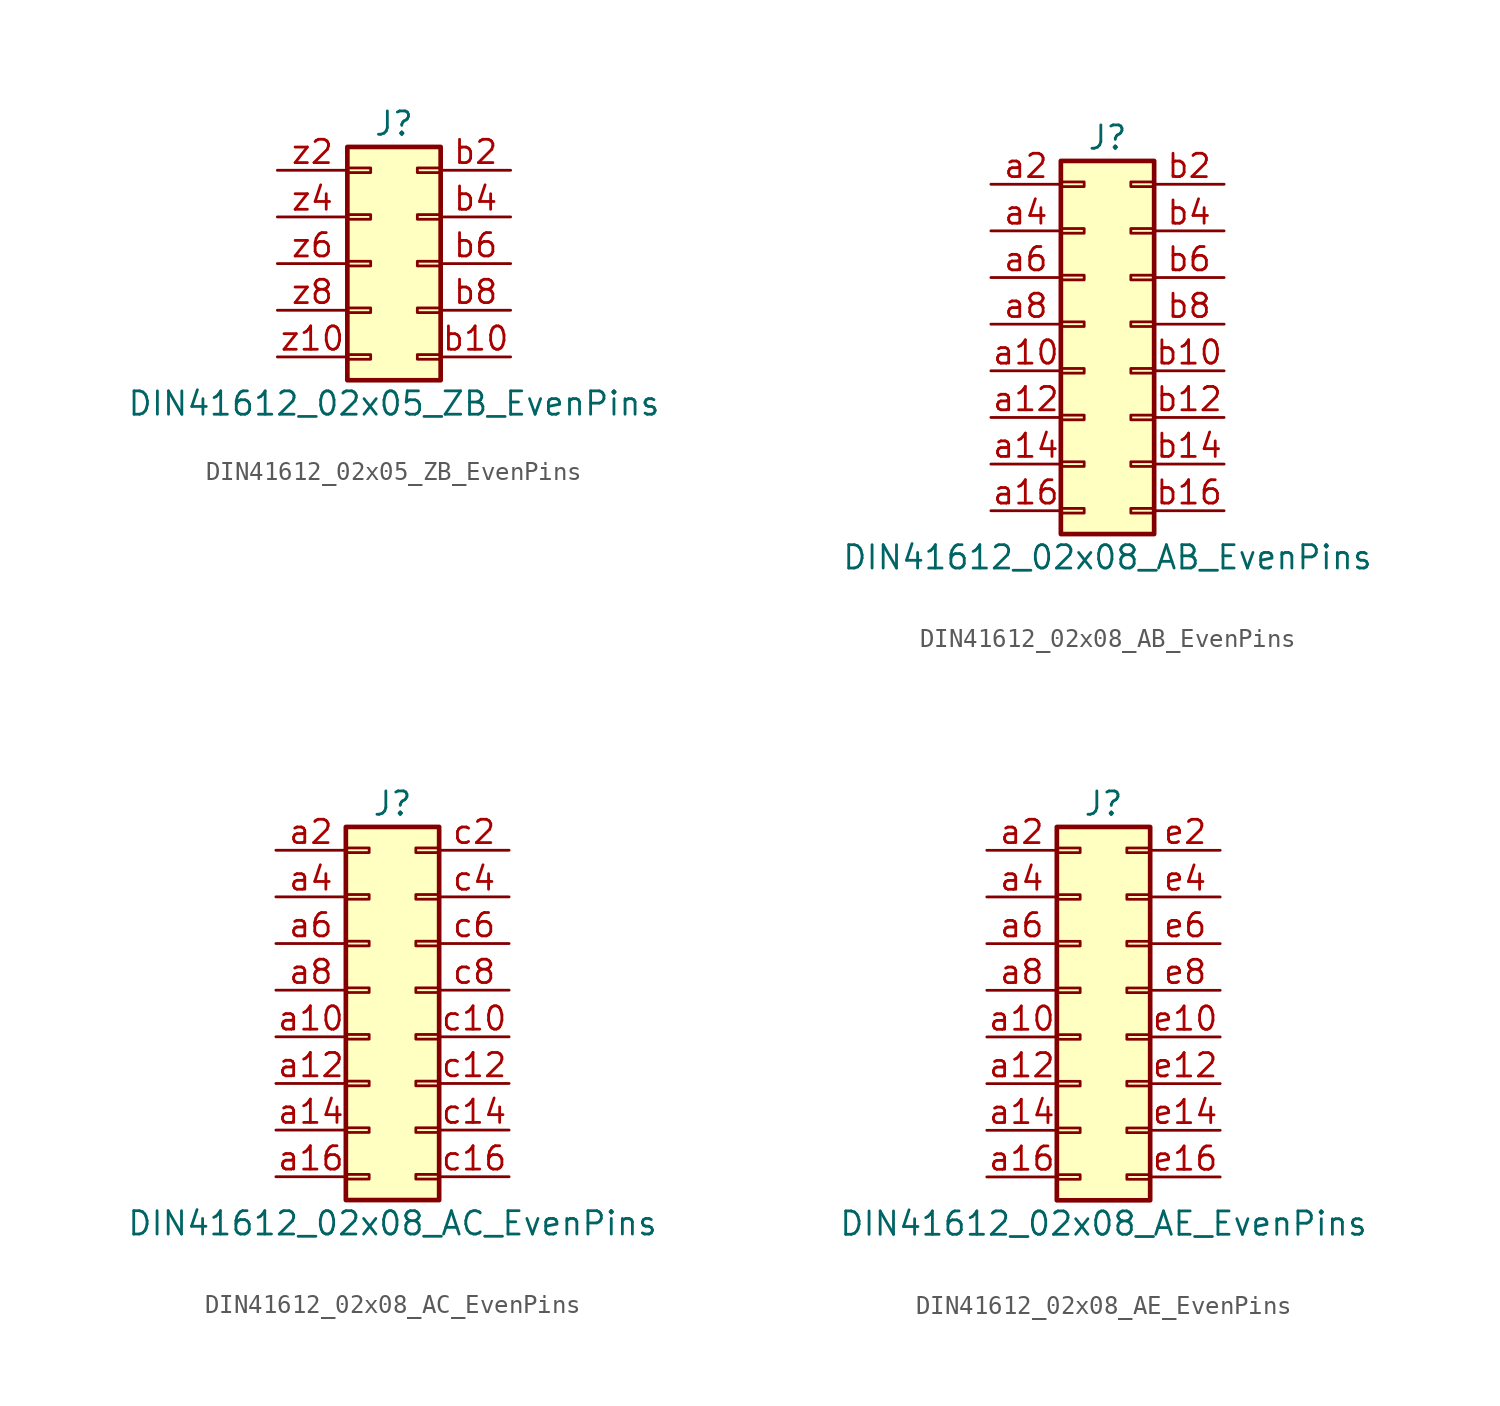
<source format=kicad_sym>
(kicad_symbol_lib
  (version 20220914)
  (generator kicad_symbol_editor)
  (symbol "DIN41612_02x05_ZB_EvenPins"
    (pin_names
      (offset 1.016) hide)
    (property "Reference" "J"
      (at 1.27 7.62 0)
      (effects (font (size 1.27 1.27))))
    (property "Value" "DIN41612_02x05_ZB_EvenPins"
      (at 1.27 -7.62 0)
      (effects (font (size 1.27 1.27))))
    (symbol "DIN41612_02x05_ZB_EvenPins_1_1"
      (rectangle (start -1.27 -4.953) (end 0 -5.207) (stroke (width 0.152) (type solid)) (fill (type none)))
      (rectangle (start -1.27 -2.413) (end 0 -2.667) (stroke (width 0.152) (type solid)) (fill (type none)))
      (rectangle (start -1.27 0.127) (end 0 -0.127) (stroke (width 0.152) (type solid)) (fill (type none)))
      (rectangle (start -1.27 2.667) (end 0 2.413) (stroke (width 0.152) (type solid)) (fill (type none)))
      (rectangle (start -1.27 5.207) (end 0 4.953) (stroke (width 0.152) (type solid)) (fill (type none)))
      (rectangle (start -1.27 6.35) (end 3.81 -6.35) (stroke (width 0.254) (type solid)) (fill (type background)))
      (rectangle (start 3.81 -4.953) (end 2.54 -5.207) (stroke (width 0.152) (type solid)) (fill (type none)))
      (rectangle (start 3.81 -2.413) (end 2.54 -2.667) (stroke (width 0.152) (type solid)) (fill (type none)))
      (rectangle (start 3.81 0.127) (end 2.54 -0.127) (stroke (width 0.152) (type solid)) (fill (type none)))
      (rectangle (start 3.81 2.667) (end 2.54 2.413) (stroke (width 0.152) (type solid)) (fill (type none)))
      (rectangle (start 3.81 5.207) (end 2.54 4.953) (stroke (width 0.152) (type solid)) (fill (type none)))
      (pin passive line (at 7.62 -5.08 180) (length 3.81) (name "Pin_b10" (effects (font (size 1.27 1.27)))) (number "b10" (effects (font (size 1.27 1.27)))))
      (pin passive line (at 7.62 5.08 180) (length 3.81) (name "Pin_b2" (effects (font (size 1.27 1.27)))) (number "b2" (effects (font (size 1.27 1.27)))))
      (pin passive line (at 7.62 2.54 180) (length 3.81) (name "Pin_b4" (effects (font (size 1.27 1.27)))) (number "b4" (effects (font (size 1.27 1.27)))))
      (pin passive line (at 7.62 0 180) (length 3.81) (name "Pin_b6" (effects (font (size 1.27 1.27)))) (number "b6" (effects (font (size 1.27 1.27)))))
      (pin passive line (at 7.62 -2.54 180) (length 3.81) (name "Pin_b8" (effects (font (size 1.27 1.27)))) (number "b8" (effects (font (size 1.27 1.27)))))
      (pin passive line (at -5.08 -5.08 0) (length 3.81) (name "Pin_z10" (effects (font (size 1.27 1.27)))) (number "z10" (effects (font (size 1.27 1.27)))))
      (pin passive line (at -5.08 5.08 0) (length 3.81) (name "Pin_z2" (effects (font (size 1.27 1.27)))) (number "z2" (effects (font (size 1.27 1.27)))))
      (pin passive line (at -5.08 2.54 0) (length 3.81) (name "Pin_z4" (effects (font (size 1.27 1.27)))) (number "z4" (effects (font (size 1.27 1.27)))))
      (pin passive line (at -5.08 0 0) (length 3.81) (name "Pin_z6" (effects (font (size 1.27 1.27)))) (number "z6" (effects (font (size 1.27 1.27)))))
      (pin passive line (at -5.08 -2.54 0) (length 3.81) (name "Pin_z8" (effects (font (size 1.27 1.27)))) (number "z8" (effects (font (size 1.27 1.27)))))))
  (symbol "DIN41612_02x08_AB_EvenPins"
    (pin_names
      (offset 1.016) hide)
    (property "Reference" "J"
      (at 1.27 10.16 0)
      (effects (font (size 1.27 1.27))))
    (property "Value" "DIN41612_02x08_AB_EvenPins"
      (at 1.27 -12.7 0)
      (effects (font (size 1.27 1.27))))
    (symbol "DIN41612_02x08_AB_EvenPins_1_1"
      (rectangle (start -1.27 -10.033) (end 0 -10.287) (stroke (width 0.152) (type solid)) (fill (type none)))
      (rectangle (start -1.27 -7.493) (end 0 -7.747) (stroke (width 0.152) (type solid)) (fill (type none)))
      (rectangle (start -1.27 -4.953) (end 0 -5.207) (stroke (width 0.152) (type solid)) (fill (type none)))
      (rectangle (start -1.27 -2.413) (end 0 -2.667) (stroke (width 0.152) (type solid)) (fill (type none)))
      (rectangle (start -1.27 0.127) (end 0 -0.127) (stroke (width 0.152) (type solid)) (fill (type none)))
      (rectangle (start -1.27 2.667) (end 0 2.413) (stroke (width 0.152) (type solid)) (fill (type none)))
      (rectangle (start -1.27 5.207) (end 0 4.953) (stroke (width 0.152) (type solid)) (fill (type none)))
      (rectangle (start -1.27 7.747) (end 0 7.493) (stroke (width 0.152) (type solid)) (fill (type none)))
      (rectangle (start -1.27 8.89) (end 3.81 -11.43) (stroke (width 0.254) (type solid)) (fill (type background)))
      (rectangle (start 3.81 -10.033) (end 2.54 -10.287) (stroke (width 0.152) (type solid)) (fill (type none)))
      (rectangle (start 3.81 -7.493) (end 2.54 -7.747) (stroke (width 0.152) (type solid)) (fill (type none)))
      (rectangle (start 3.81 -4.953) (end 2.54 -5.207) (stroke (width 0.152) (type solid)) (fill (type none)))
      (rectangle (start 3.81 -2.413) (end 2.54 -2.667) (stroke (width 0.152) (type solid)) (fill (type none)))
      (rectangle (start 3.81 0.127) (end 2.54 -0.127) (stroke (width 0.152) (type solid)) (fill (type none)))
      (rectangle (start 3.81 2.667) (end 2.54 2.413) (stroke (width 0.152) (type solid)) (fill (type none)))
      (rectangle (start 3.81 5.207) (end 2.54 4.953) (stroke (width 0.152) (type solid)) (fill (type none)))
      (rectangle (start 3.81 7.747) (end 2.54 7.493) (stroke (width 0.152) (type solid)) (fill (type none)))
      (pin passive line (at -5.08 -2.54 0) (length 3.81) (name "Pin_a10" (effects (font (size 1.27 1.27)))) (number "a10" (effects (font (size 1.27 1.27)))))
      (pin passive line (at -5.08 -5.08 0) (length 3.81) (name "Pin_a12" (effects (font (size 1.27 1.27)))) (number "a12" (effects (font (size 1.27 1.27)))))
      (pin passive line (at -5.08 -7.62 0) (length 3.81) (name "Pin_a14" (effects (font (size 1.27 1.27)))) (number "a14" (effects (font (size 1.27 1.27)))))
      (pin passive line (at -5.08 -10.16 0) (length 3.81) (name "Pin_a16" (effects (font (size 1.27 1.27)))) (number "a16" (effects (font (size 1.27 1.27)))))
      (pin passive line (at -5.08 7.62 0) (length 3.81) (name "Pin_a2" (effects (font (size 1.27 1.27)))) (number "a2" (effects (font (size 1.27 1.27)))))
      (pin passive line (at -5.08 5.08 0) (length 3.81) (name "Pin_a4" (effects (font (size 1.27 1.27)))) (number "a4" (effects (font (size 1.27 1.27)))))
      (pin passive line (at -5.08 2.54 0) (length 3.81) (name "Pin_a6" (effects (font (size 1.27 1.27)))) (number "a6" (effects (font (size 1.27 1.27)))))
      (pin passive line (at -5.08 0 0) (length 3.81) (name "Pin_a8" (effects (font (size 1.27 1.27)))) (number "a8" (effects (font (size 1.27 1.27)))))
      (pin passive line (at 7.62 -2.54 180) (length 3.81) (name "Pin_b10" (effects (font (size 1.27 1.27)))) (number "b10" (effects (font (size 1.27 1.27)))))
      (pin passive line (at 7.62 -5.08 180) (length 3.81) (name "Pin_b12" (effects (font (size 1.27 1.27)))) (number "b12" (effects (font (size 1.27 1.27)))))
      (pin passive line (at 7.62 -7.62 180) (length 3.81) (name "Pin_b14" (effects (font (size 1.27 1.27)))) (number "b14" (effects (font (size 1.27 1.27)))))
      (pin passive line (at 7.62 -10.16 180) (length 3.81) (name "Pin_b16" (effects (font (size 1.27 1.27)))) (number "b16" (effects (font (size 1.27 1.27)))))
      (pin passive line (at 7.62 7.62 180) (length 3.81) (name "Pin_b2" (effects (font (size 1.27 1.27)))) (number "b2" (effects (font (size 1.27 1.27)))))
      (pin passive line (at 7.62 5.08 180) (length 3.81) (name "Pin_b4" (effects (font (size 1.27 1.27)))) (number "b4" (effects (font (size 1.27 1.27)))))
      (pin passive line (at 7.62 2.54 180) (length 3.81) (name "Pin_b6" (effects (font (size 1.27 1.27)))) (number "b6" (effects (font (size 1.27 1.27)))))
      (pin passive line (at 7.62 0 180) (length 3.81) (name "Pin_b8" (effects (font (size 1.27 1.27)))) (number "b8" (effects (font (size 1.27 1.27)))))))
  (symbol "DIN41612_02x08_AC_EvenPins"
    (pin_names
      (offset 1.016) hide)
    (property "Reference" "J"
      (at 1.27 10.16 0)
      (effects (font (size 1.27 1.27))))
    (property "Value" "DIN41612_02x08_AC_EvenPins"
      (at 1.27 -12.7 0)
      (effects (font (size 1.27 1.27))))
    (symbol "DIN41612_02x08_AC_EvenPins_1_1"
      (rectangle (start -1.27 -10.033) (end 0 -10.287) (stroke (width 0.152) (type solid)) (fill (type none)))
      (rectangle (start -1.27 -7.493) (end 0 -7.747) (stroke (width 0.152) (type solid)) (fill (type none)))
      (rectangle (start -1.27 -4.953) (end 0 -5.207) (stroke (width 0.152) (type solid)) (fill (type none)))
      (rectangle (start -1.27 -2.413) (end 0 -2.667) (stroke (width 0.152) (type solid)) (fill (type none)))
      (rectangle (start -1.27 0.127) (end 0 -0.127) (stroke (width 0.152) (type solid)) (fill (type none)))
      (rectangle (start -1.27 2.667) (end 0 2.413) (stroke (width 0.152) (type solid)) (fill (type none)))
      (rectangle (start -1.27 5.207) (end 0 4.953) (stroke (width 0.152) (type solid)) (fill (type none)))
      (rectangle (start -1.27 7.747) (end 0 7.493) (stroke (width 0.152) (type solid)) (fill (type none)))
      (rectangle (start -1.27 8.89) (end 3.81 -11.43) (stroke (width 0.254) (type solid)) (fill (type background)))
      (rectangle (start 3.81 -10.033) (end 2.54 -10.287) (stroke (width 0.152) (type solid)) (fill (type none)))
      (rectangle (start 3.81 -7.493) (end 2.54 -7.747) (stroke (width 0.152) (type solid)) (fill (type none)))
      (rectangle (start 3.81 -4.953) (end 2.54 -5.207) (stroke (width 0.152) (type solid)) (fill (type none)))
      (rectangle (start 3.81 -2.413) (end 2.54 -2.667) (stroke (width 0.152) (type solid)) (fill (type none)))
      (rectangle (start 3.81 0.127) (end 2.54 -0.127) (stroke (width 0.152) (type solid)) (fill (type none)))
      (rectangle (start 3.81 2.667) (end 2.54 2.413) (stroke (width 0.152) (type solid)) (fill (type none)))
      (rectangle (start 3.81 5.207) (end 2.54 4.953) (stroke (width 0.152) (type solid)) (fill (type none)))
      (rectangle (start 3.81 7.747) (end 2.54 7.493) (stroke (width 0.152) (type solid)) (fill (type none)))
      (pin passive line (at -5.08 -2.54 0) (length 3.81) (name "Pin_a10" (effects (font (size 1.27 1.27)))) (number "a10" (effects (font (size 1.27 1.27)))))
      (pin passive line (at -5.08 -5.08 0) (length 3.81) (name "Pin_a12" (effects (font (size 1.27 1.27)))) (number "a12" (effects (font (size 1.27 1.27)))))
      (pin passive line (at -5.08 -7.62 0) (length 3.81) (name "Pin_a14" (effects (font (size 1.27 1.27)))) (number "a14" (effects (font (size 1.27 1.27)))))
      (pin passive line (at -5.08 -10.16 0) (length 3.81) (name "Pin_a16" (effects (font (size 1.27 1.27)))) (number "a16" (effects (font (size 1.27 1.27)))))
      (pin passive line (at -5.08 7.62 0) (length 3.81) (name "Pin_a2" (effects (font (size 1.27 1.27)))) (number "a2" (effects (font (size 1.27 1.27)))))
      (pin passive line (at -5.08 5.08 0) (length 3.81) (name "Pin_a4" (effects (font (size 1.27 1.27)))) (number "a4" (effects (font (size 1.27 1.27)))))
      (pin passive line (at -5.08 2.54 0) (length 3.81) (name "Pin_a6" (effects (font (size 1.27 1.27)))) (number "a6" (effects (font (size 1.27 1.27)))))
      (pin passive line (at -5.08 0 0) (length 3.81) (name "Pin_a8" (effects (font (size 1.27 1.27)))) (number "a8" (effects (font (size 1.27 1.27)))))
      (pin passive line (at 7.62 -2.54 180) (length 3.81) (name "Pin_c10" (effects (font (size 1.27 1.27)))) (number "c10" (effects (font (size 1.27 1.27)))))
      (pin passive line (at 7.62 -5.08 180) (length 3.81) (name "Pin_c12" (effects (font (size 1.27 1.27)))) (number "c12" (effects (font (size 1.27 1.27)))))
      (pin passive line (at 7.62 -7.62 180) (length 3.81) (name "Pin_c14" (effects (font (size 1.27 1.27)))) (number "c14" (effects (font (size 1.27 1.27)))))
      (pin passive line (at 7.62 -10.16 180) (length 3.81) (name "Pin_c16" (effects (font (size 1.27 1.27)))) (number "c16" (effects (font (size 1.27 1.27)))))
      (pin passive line (at 7.62 7.62 180) (length 3.81) (name "Pin_c2" (effects (font (size 1.27 1.27)))) (number "c2" (effects (font (size 1.27 1.27)))))
      (pin passive line (at 7.62 5.08 180) (length 3.81) (name "Pin_c4" (effects (font (size 1.27 1.27)))) (number "c4" (effects (font (size 1.27 1.27)))))
      (pin passive line (at 7.62 2.54 180) (length 3.81) (name "Pin_c6" (effects (font (size 1.27 1.27)))) (number "c6" (effects (font (size 1.27 1.27)))))
      (pin passive line (at 7.62 0 180) (length 3.81) (name "Pin_c8" (effects (font (size 1.27 1.27)))) (number "c8" (effects (font (size 1.27 1.27)))))))
  (symbol "DIN41612_02x08_AE_EvenPins"
    (pin_names
      (offset 1.016) hide)
    (property "Reference" "J"
      (at 1.27 10.16 0)
      (effects (font (size 1.27 1.27))))
    (property "Value" "DIN41612_02x08_AE_EvenPins"
      (at 1.27 -12.7 0)
      (effects (font (size 1.27 1.27))))
    (symbol "DIN41612_02x08_AE_EvenPins_1_1"
      (rectangle (start -1.27 -10.033) (end 0 -10.287) (stroke (width 0.152) (type solid)) (fill (type none)))
      (rectangle (start -1.27 -7.493) (end 0 -7.747) (stroke (width 0.152) (type solid)) (fill (type none)))
      (rectangle (start -1.27 -4.953) (end 0 -5.207) (stroke (width 0.152) (type solid)) (fill (type none)))
      (rectangle (start -1.27 -2.413) (end 0 -2.667) (stroke (width 0.152) (type solid)) (fill (type none)))
      (rectangle (start -1.27 0.127) (end 0 -0.127) (stroke (width 0.152) (type solid)) (fill (type none)))
      (rectangle (start -1.27 2.667) (end 0 2.413) (stroke (width 0.152) (type solid)) (fill (type none)))
      (rectangle (start -1.27 5.207) (end 0 4.953) (stroke (width 0.152) (type solid)) (fill (type none)))
      (rectangle (start -1.27 7.747) (end 0 7.493) (stroke (width 0.152) (type solid)) (fill (type none)))
      (rectangle (start -1.27 8.89) (end 3.81 -11.43) (stroke (width 0.254) (type solid)) (fill (type background)))
      (rectangle (start 3.81 -10.033) (end 2.54 -10.287) (stroke (width 0.152) (type solid)) (fill (type none)))
      (rectangle (start 3.81 -7.493) (end 2.54 -7.747) (stroke (width 0.152) (type solid)) (fill (type none)))
      (rectangle (start 3.81 -4.953) (end 2.54 -5.207) (stroke (width 0.152) (type solid)) (fill (type none)))
      (rectangle (start 3.81 -2.413) (end 2.54 -2.667) (stroke (width 0.152) (type solid)) (fill (type none)))
      (rectangle (start 3.81 0.127) (end 2.54 -0.127) (stroke (width 0.152) (type solid)) (fill (type none)))
      (rectangle (start 3.81 2.667) (end 2.54 2.413) (stroke (width 0.152) (type solid)) (fill (type none)))
      (rectangle (start 3.81 5.207) (end 2.54 4.953) (stroke (width 0.152) (type solid)) (fill (type none)))
      (rectangle (start 3.81 7.747) (end 2.54 7.493) (stroke (width 0.152) (type solid)) (fill (type none)))
      (pin passive line (at -5.08 -2.54 0) (length 3.81) (name "Pin_a10" (effects (font (size 1.27 1.27)))) (number "a10" (effects (font (size 1.27 1.27)))))
      (pin passive line (at -5.08 -5.08 0) (length 3.81) (name "Pin_a12" (effects (font (size 1.27 1.27)))) (number "a12" (effects (font (size 1.27 1.27)))))
      (pin passive line (at -5.08 -7.62 0) (length 3.81) (name "Pin_a14" (effects (font (size 1.27 1.27)))) (number "a14" (effects (font (size 1.27 1.27)))))
      (pin passive line (at -5.08 -10.16 0) (length 3.81) (name "Pin_a16" (effects (font (size 1.27 1.27)))) (number "a16" (effects (font (size 1.27 1.27)))))
      (pin passive line (at -5.08 7.62 0) (length 3.81) (name "Pin_a2" (effects (font (size 1.27 1.27)))) (number "a2" (effects (font (size 1.27 1.27)))))
      (pin passive line (at -5.08 5.08 0) (length 3.81) (name "Pin_a4" (effects (font (size 1.27 1.27)))) (number "a4" (effects (font (size 1.27 1.27)))))
      (pin passive line (at -5.08 2.54 0) (length 3.81) (name "Pin_a6" (effects (font (size 1.27 1.27)))) (number "a6" (effects (font (size 1.27 1.27)))))
      (pin passive line (at -5.08 0 0) (length 3.81) (name "Pin_a8" (effects (font (size 1.27 1.27)))) (number "a8" (effects (font (size 1.27 1.27)))))
      (pin passive line (at 7.62 -2.54 180) (length 3.81) (name "Pin_e10" (effects (font (size 1.27 1.27)))) (number "e10" (effects (font (size 1.27 1.27)))))
      (pin passive line (at 7.62 -5.08 180) (length 3.81) (name "Pin_e12" (effects (font (size 1.27 1.27)))) (number "e12" (effects (font (size 1.27 1.27)))))
      (pin passive line (at 7.62 -7.62 180) (length 3.81) (name "Pin_e14" (effects (font (size 1.27 1.27)))) (number "e14" (effects (font (size 1.27 1.27)))))
      (pin passive line (at 7.62 -10.16 180) (length 3.81) (name "Pin_e16" (effects (font (size 1.27 1.27)))) (number "e16" (effects (font (size 1.27 1.27)))))
      (pin passive line (at 7.62 7.62 180) (length 3.81) (name "Pin_e2" (effects (font (size 1.27 1.27)))) (number "e2" (effects (font (size 1.27 1.27)))))
      (pin passive line (at 7.62 5.08 180) (length 3.81) (name "Pin_e4" (effects (font (size 1.27 1.27)))) (number "e4" (effects (font (size 1.27 1.27)))))
      (pin passive line (at 7.62 2.54 180) (length 3.81) (name "Pin_e6" (effects (font (size 1.27 1.27)))) (number "e6" (effects (font (size 1.27 1.27)))))
      (pin passive line (at 7.62 0 180) (length 3.81) (name "Pin_e8" (effects (font (size 1.27 1.27)))) (number "e8" (effects (font (size 1.27 1.27))))))))
</source>
